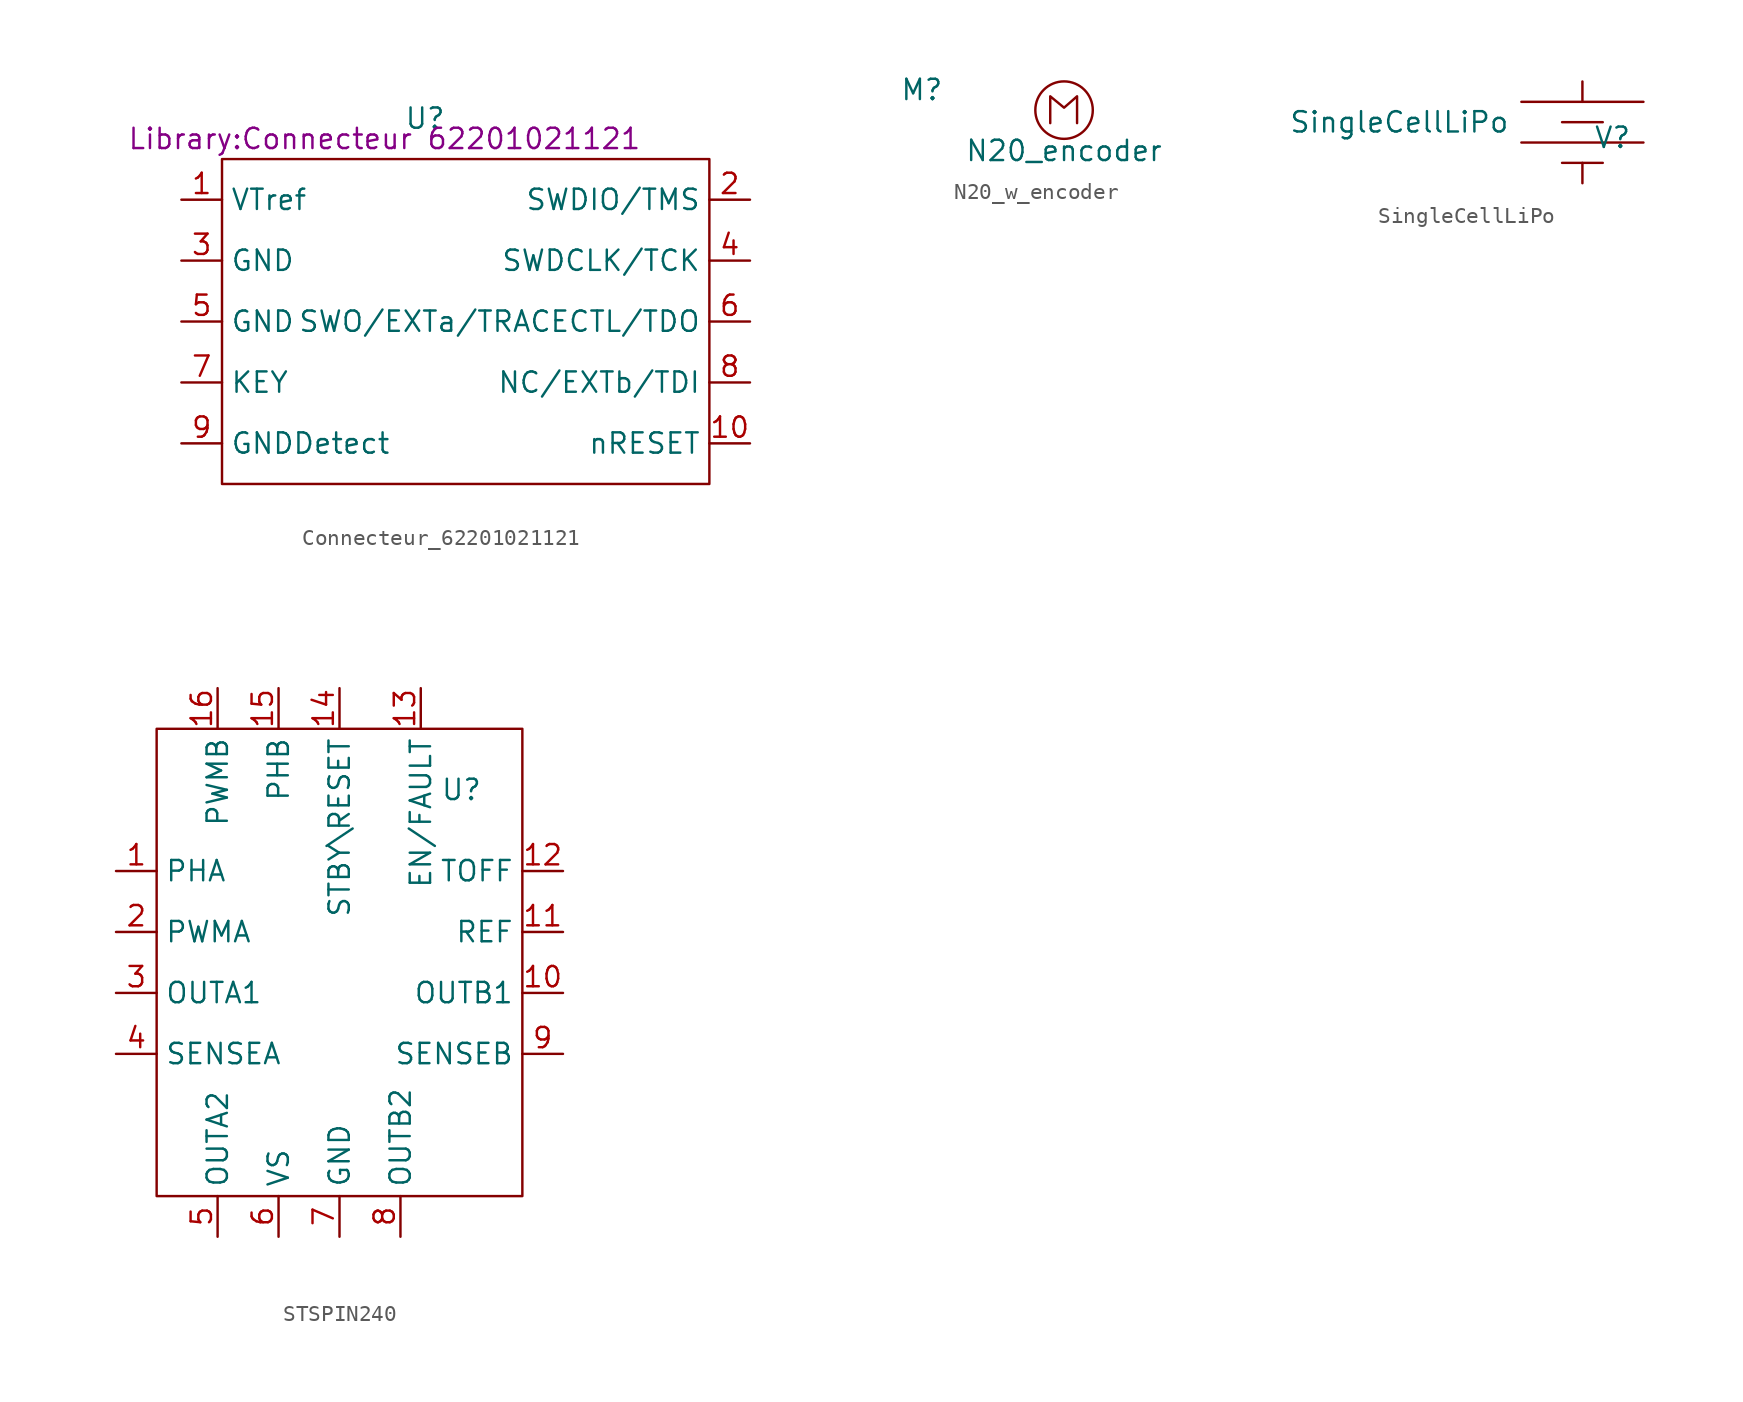
<source format=kicad_sym>
(kicad_symbol_lib
  (version 20220914)
  (generator kicad_symbol_editor)
  (symbol "Connecteur_62201021121"
    (property "Reference" "U"
      (at 2.54 2.54 0)
      (effects (font (size 1.27 1.27))))
    (property "Value" ""
      (at 0 0 0)
      (effects (font (size 1.27 1.27))))
    (property "Footprint" "Library:Connecteur 62201021121"
      (at 0 1.27 0)
      (effects (font (size 1.27 1.27))))
    (symbol "Connecteur_62201021121_0_1"
      (polyline (pts (xy -10.16 0) (xy -10.16 -20.32) (xy 20.32 -20.32) (xy 20.32 0) (xy -10.16 0)) (stroke (width 0) (type default)) (fill (type none))))
    (symbol "Connecteur_62201021121_1_1"
      (pin input line (at -12.7 -2.54 0) (length 2.54) (name "VTref" (effects (font (size 1.27 1.27)))) (number "1" (effects (font (size 1.27 1.27)))))
      (pin output line (at 22.86 -17.78 180) (length 2.54) (name "nRESET" (effects (font (size 1.27 1.27)))) (number "10" (effects (font (size 1.27 1.27)))))
      (pin output line (at 22.86 -2.54 180) (length 2.54) (name "SWDIO/TMS" (effects (font (size 1.27 1.27)))) (number "2" (effects (font (size 1.27 1.27)))))
      (pin input line (at -12.7 -6.35 0) (length 2.54) (name "GND" (effects (font (size 1.27 1.27)))) (number "3" (effects (font (size 1.27 1.27)))))
      (pin output line (at 22.86 -6.35 180) (length 2.54) (name "SWDCLK/TCK" (effects (font (size 1.27 1.27)))) (number "4" (effects (font (size 1.27 1.27)))))
      (pin input line (at -12.7 -10.16 0) (length 2.54) (name "GND" (effects (font (size 1.27 1.27)))) (number "5" (effects (font (size 1.27 1.27)))))
      (pin output line (at 22.86 -10.16 180) (length 2.54) (name "SWO/EXTa/TRACECTL/TDO" (effects (font (size 1.27 1.27)))) (number "6" (effects (font (size 1.27 1.27)))))
      (pin input line (at -12.7 -13.97 0) (length 2.54) (name "KEY" (effects (font (size 1.27 1.27)))) (number "7" (effects (font (size 1.27 1.27)))))
      (pin output line (at 22.86 -13.97 180) (length 2.54) (name "NC/EXTb/TDI" (effects (font (size 1.27 1.27)))) (number "8" (effects (font (size 1.27 1.27)))))
      (pin input line (at -12.7 -17.78 0) (length 2.54) (name "GNDDetect" (effects (font (size 1.27 1.27)))) (number "9" (effects (font (size 1.27 1.27)))))))
  (symbol "N20_w_encoder"
    (property "Reference" "M"
      (at -8.89 1.27 0)
      (effects (font (size 1.27 1.27))))
    (property "Value" "N20_encoder"
      (at 0 -2.54 0)
      (effects (font (size 1.27 1.27))))
    (symbol "N20_w_encoder_0_1"
      (polyline (pts (xy -0.864 -0.813) (xy -0.864 0.864) (xy 0 0.152) (xy 0.813 0.864) (xy 0.813 -0.813)) (stroke (width 0) (type default)) (fill (type none)))
      (circle (center 0 0) (radius 1.796) (stroke (width 0) (type default)) (fill (type none)))))
  (symbol "SingleCellLiPo"
    (power)
    (pin_numbers hide)
    (pin_names hide)
    (property "Reference" "V"
      (at 1.88 0.305 0)
      (effects (font (size 1.27 1.27))))
    (property "Value" "SingleCellLiPo"
      (at -11.43 1.27 0)
      (effects (font (size 1.27 1.27))))
    (symbol "SingleCellLiPo_0_1"
      (polyline (pts (xy -3.81 0) (xy 3.81 0)) (stroke (width 0) (type default)) (fill (type none)))
      (polyline (pts (xy -3.81 2.54) (xy 3.81 2.54)) (stroke (width 0) (type default)) (fill (type none)))
      (polyline (pts (xy -1.27 -1.27) (xy 1.27 -1.27)) (stroke (width 0) (type default)) (fill (type none)))
      (polyline (pts (xy -1.27 1.27) (xy 1.27 1.27)) (stroke (width 0) (type default)) (fill (type none))))
    (symbol "SingleCellLiPo_1_1"
      (pin power_out line (at 0 -2.54 90) (length 1.27) (name "+" (effects (font (size 1.27 1.27)))) (number "" (effects (font (size 1.27 1.27)))))
      (pin power_out line (at 0 3.81 270) (length 1.27) (name "+" (effects (font (size 1.27 1.27)))) (number "" (effects (font (size 1.27 1.27)))))))
  (symbol "STSPIN240"
    (property "Reference" "U"
      (at 10.16 8.89 0)
      (effects (font (size 1.27 1.27))))
    (property "Value" ""
      (at 0 0 0)
      (effects (font (size 1.27 1.27))))
    (symbol "STSPIN240_0_1"
      (rectangle (start -8.89 12.7) (end 13.97 -16.51) (stroke (width 0) (type default)) (fill (type none))))
    (symbol "STSPIN240_1_1"
      (pin input line (at -11.43 3.81 0) (length 2.54) (name "PHA" (effects (font (size 1.27 1.27)))) (number "1" (effects (font (size 1.27 1.27)))))
      (pin power_out line (at 16.51 -3.81 180) (length 2.54) (name "OUTB1" (effects (font (size 1.27 1.27)))) (number "10" (effects (font (size 1.27 1.27)))))
      (pin input line (at 16.51 0 180) (length 2.54) (name "REF" (effects (font (size 1.27 1.27)))) (number "11" (effects (font (size 1.27 1.27)))))
      (pin input line (at 16.51 3.81 180) (length 2.54) (name "TOFF" (effects (font (size 1.27 1.27)))) (number "12" (effects (font (size 1.27 1.27)))))
      (pin bidirectional line (at 7.62 15.24 270) (length 2.54) (name "EN/FAULT" (effects (font (size 1.27 1.27)))) (number "13" (effects (font (size 1.27 1.27)))))
      (pin input line (at 2.54 15.24 270) (length 2.54) (name "STBY\\RESET" (effects (font (size 1.27 1.27)))) (number "14" (effects (font (size 1.27 1.27)))))
      (pin input line (at -1.27 15.24 270) (length 2.54) (name "PHB" (effects (font (size 1.27 1.27)))) (number "15" (effects (font (size 1.27 1.27)))))
      (pin input line (at -5.08 15.24 270) (length 2.54) (name "PWMB" (effects (font (size 1.27 1.27)))) (number "16" (effects (font (size 1.27 1.27)))))
      (pin input line (at -11.43 0 0) (length 2.54) (name "PWMA" (effects (font (size 1.27 1.27)))) (number "2" (effects (font (size 1.27 1.27)))))
      (pin power_out line (at -11.43 -3.81 0) (length 2.54) (name "OUTA1" (effects (font (size 1.27 1.27)))) (number "3" (effects (font (size 1.27 1.27)))))
      (pin power_out line (at -11.43 -7.62 0) (length 2.54) (name "SENSEA" (effects (font (size 1.27 1.27)))) (number "4" (effects (font (size 1.27 1.27)))))
      (pin power_out line (at -5.08 -19.05 90) (length 2.54) (name "OUTA2" (effects (font (size 1.27 1.27)))) (number "5" (effects (font (size 1.27 1.27)))))
      (pin power_in line (at -1.27 -19.05 90) (length 2.54) (name "VS" (effects (font (size 1.27 1.27)))) (number "6" (effects (font (size 1.27 1.27)))))
      (pin input line (at 2.54 -19.05 90) (length 2.54) (name "GND" (effects (font (size 1.27 1.27)))) (number "7" (effects (font (size 1.27 1.27)))))
      (pin power_out line (at 6.35 -19.05 90) (length 2.54) (name "OUTB2" (effects (font (size 1.27 1.27)))) (number "8" (effects (font (size 1.27 1.27)))))
      (pin power_out line (at 16.51 -7.62 180) (length 2.54) (name "SENSEB" (effects (font (size 1.27 1.27)))) (number "9" (effects (font (size 1.27 1.27))))))))
</source>
